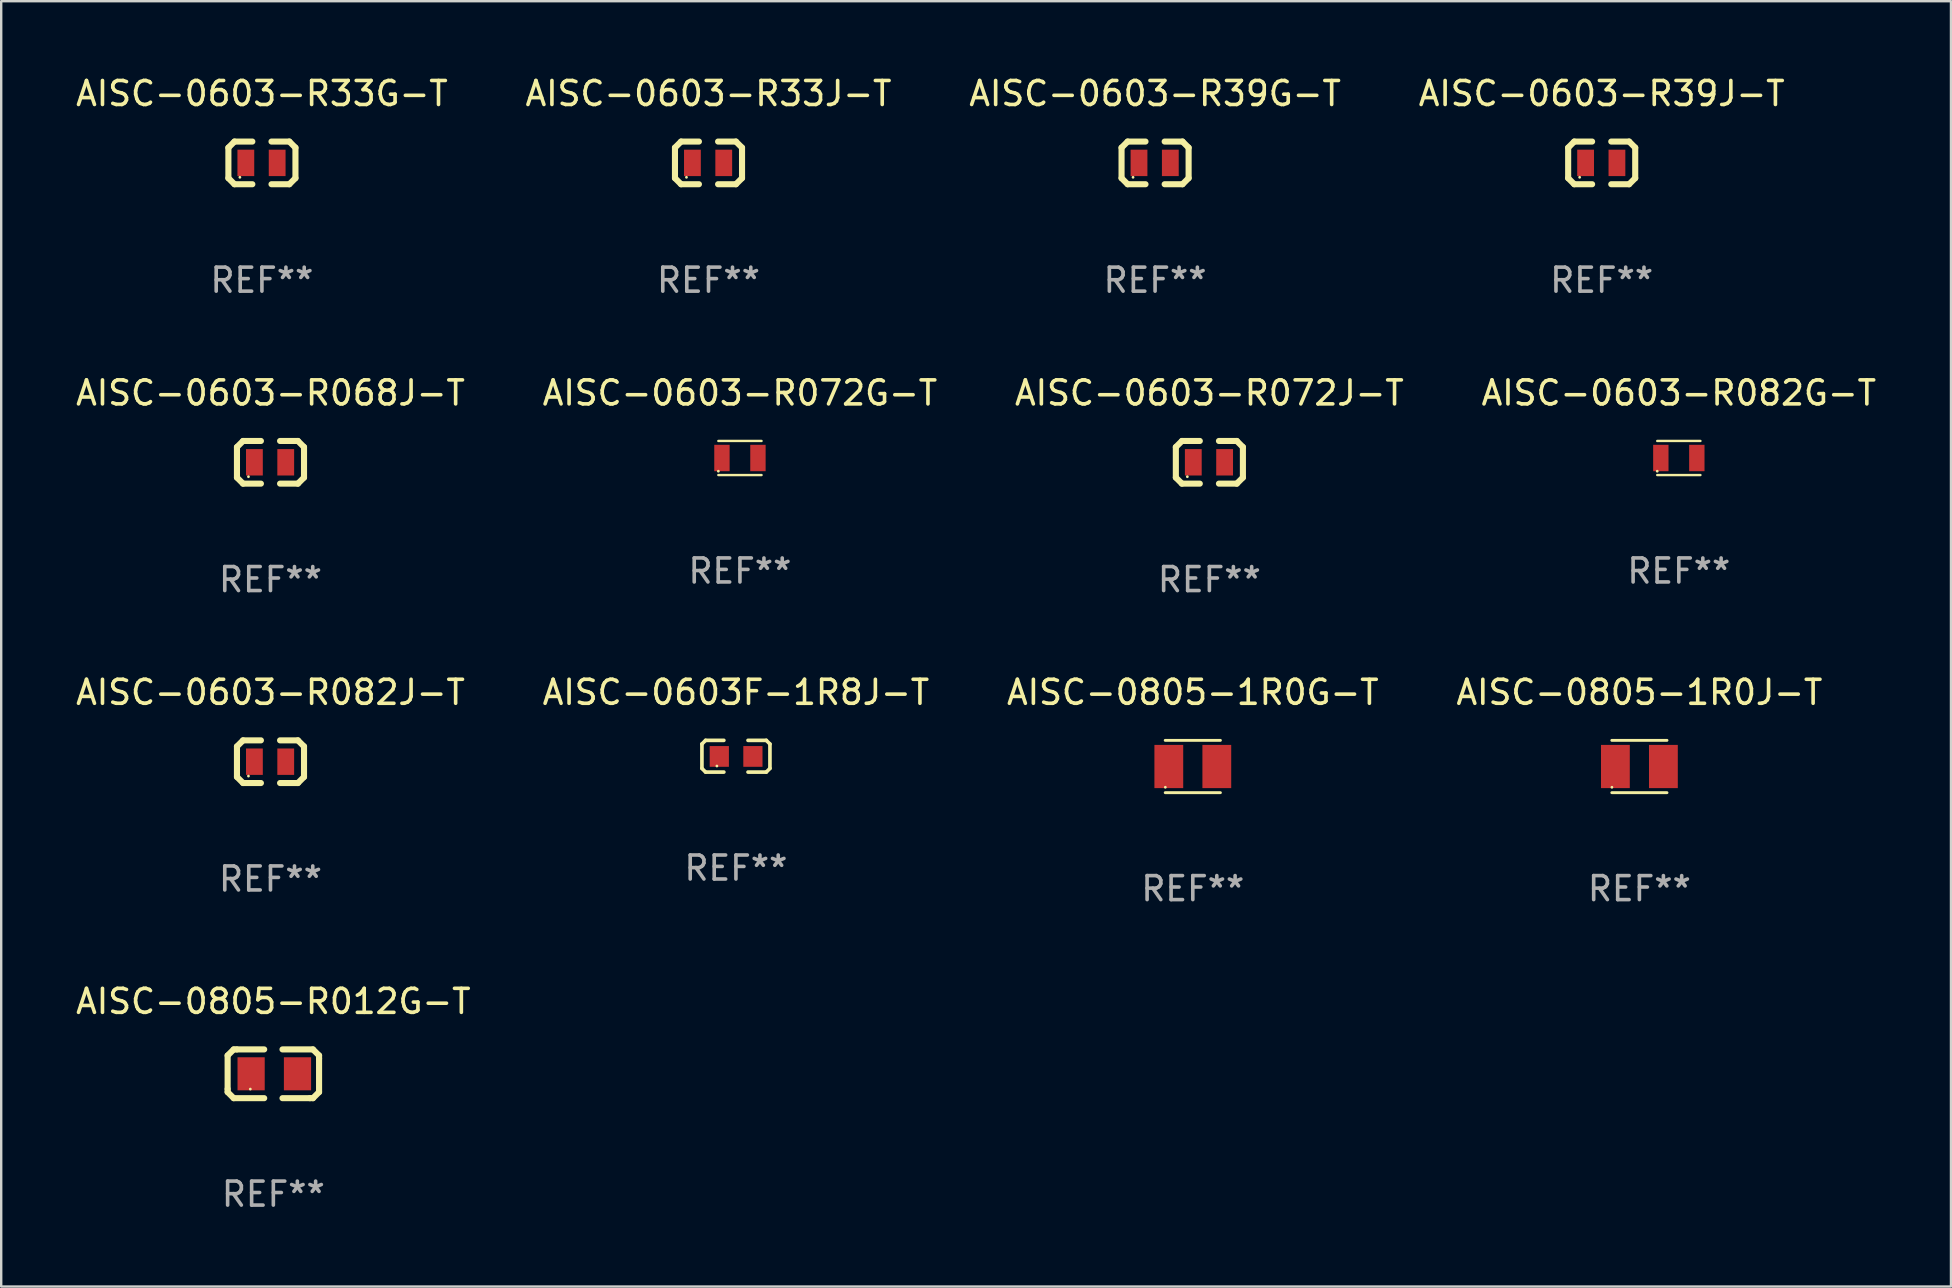
<source format=kicad_pcb>
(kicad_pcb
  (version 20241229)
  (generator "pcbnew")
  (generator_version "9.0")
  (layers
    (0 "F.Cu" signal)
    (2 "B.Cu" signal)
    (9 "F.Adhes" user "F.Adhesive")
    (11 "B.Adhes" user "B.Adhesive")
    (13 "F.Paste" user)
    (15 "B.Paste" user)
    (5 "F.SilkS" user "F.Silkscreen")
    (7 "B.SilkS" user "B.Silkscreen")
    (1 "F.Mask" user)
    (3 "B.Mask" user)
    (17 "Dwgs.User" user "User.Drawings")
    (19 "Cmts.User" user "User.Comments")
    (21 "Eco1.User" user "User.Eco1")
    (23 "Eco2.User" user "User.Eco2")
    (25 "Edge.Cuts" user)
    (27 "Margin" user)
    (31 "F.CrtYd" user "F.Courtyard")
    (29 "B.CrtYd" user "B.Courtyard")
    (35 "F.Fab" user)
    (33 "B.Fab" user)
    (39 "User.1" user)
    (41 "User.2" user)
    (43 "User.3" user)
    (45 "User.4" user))
  (footprint "AISC-0805-R012G-T"
    (layer "F.Cu")
    (at 8.339 41.69)
    (property "Reference" "AISC-0805-R012G-T" (at 0 -3.016 0) (layer "F.SilkS") (effects (font (size 1 1) (thickness 0.15))))
    (attr through_hole)
    (fp_line (start -1.905 -0.762) (end -1.905 0.635) (stroke (width 0.254) (type solid)) (layer "F.SilkS"))
    (fp_line (start -1.905 0.635) (end -1.905 0.762) (stroke (width 0.254) (type solid)) (layer "F.SilkS"))
    (fp_line (start -1.905 0.762) (end -1.651 1.016) (stroke (width 0.254) (type solid)) (layer "F.SilkS"))
    (fp_line (start -1.651 -1.016) (end -1.905 -0.762) (stroke (width 0.254) (type solid)) (layer "F.SilkS"))
    (fp_line (start -1.651 1.016) (end -0.381 1.016) (stroke (width 0.254) (type solid)) (layer "F.SilkS"))
    (fp_line (start -1.524 -1.016) (end -1.651 -1.016) (stroke (width 0.254) (type solid)) (layer "F.SilkS"))
    (fp_line (start -0.381 -1.016) (end -1.524 -1.016) (stroke (width 0.254) (type solid)) (layer "F.SilkS"))
    (fp_line (start 0.381 1.016) (end 1.524 1.016) (stroke (width 0.254) (type solid)) (layer "F.SilkS"))
    (fp_line (start 1.524 1.016) (end 1.651 1.016) (stroke (width 0.254) (type solid)) (layer "F.SilkS"))
    (fp_line (start 1.651 -1.016) (end 0.381 -1.016) (stroke (width 0.254) (type solid)) (layer "F.SilkS"))
    (fp_line (start 1.651 1.016) (end 1.905 0.762) (stroke (width 0.254) (type solid)) (layer "F.SilkS"))
    (fp_line (start 1.905 -0.762) (end 1.651 -1.016) (stroke (width 0.254) (type solid)) (layer "F.SilkS"))
    (fp_line (start 1.905 -0.635) (end 1.905 -0.762) (stroke (width 0.254) (type solid)) (layer "F.SilkS"))
    (fp_line (start 1.905 0.762) (end 1.905 -0.635) (stroke (width 0.254) (type solid)) (layer "F.SilkS"))
    (fp_circle (center -0.96 0.637) (end -0.93 0.637) (stroke (width 0.06) (type solid)) (fill no) (layer "F.SilkS"))
    (fp_text user "REF**" (at 0 5.016 0) (layer "F.Fab") (effects (font (size 1 1) (thickness 0.15))))
    (pad "1" smd rect (at -0.926 -0.000051) (size 1.133 1.377) (layers "F.Cu" "F.Mask" "F.Paste"))
    (pad "2" smd rect (at 1.006 -0.000051) (size 1.133 1.377) (layers "F.Cu" "F.Mask" "F.Paste")))
  (footprint "AISC-0603-R068J-T"
    (layer "F.Cu")
    (at 8.22 16.212)
    (property "Reference" "AISC-0603-R068J-T" (at 0 -2.889 0) (layer "F.SilkS") (effects (font (size 1 1) (thickness 0.15))))
    (attr through_hole)
    (fp_line (start -1.397 -0.635) (end -1.397 0.635) (stroke (width 0.254) (type solid)) (layer "F.SilkS"))
    (fp_line (start -1.397 0.635) (end -1.143 0.889) (stroke (width 0.254) (type solid)) (layer "F.SilkS"))
    (fp_line (start -1.143 -0.889) (end -1.397 -0.635) (stroke (width 0.254) (type solid)) (layer "F.SilkS"))
    (fp_line (start -1.143 -0.889) (end -0.399 -0.889) (stroke (width 0.254) (type solid)) (layer "F.SilkS"))
    (fp_line (start -1.143 0.889) (end -0.399 0.889) (stroke (width 0.254) (type solid)) (layer "F.SilkS"))
    (fp_line (start 1.143 -0.889) (end 0.399 -0.889) (stroke (width 0.254) (type solid)) (layer "F.SilkS"))
    (fp_line (start 1.143 0.889) (end 0.399 0.889) (stroke (width 0.254) (type solid)) (layer "F.SilkS"))
    (fp_line (start 1.143 0.889) (end 1.397 0.635) (stroke (width 0.254) (type solid)) (layer "F.SilkS"))
    (fp_line (start 1.397 -0.635) (end 1.143 -0.889) (stroke (width 0.254) (type solid)) (layer "F.SilkS"))
    (fp_line (start 1.397 0.635) (end 1.397 -0.635) (stroke (width 0.254) (type solid)) (layer "F.SilkS"))
    (fp_circle (center -0.918 0.6) (end -0.888 0.6) (stroke (width 0.06) (type solid)) (fill no) (layer "F.SilkS"))
    (fp_text user "REF**" (at 0 4.889 0) (layer "F.Fab") (effects (font (size 1 1) (thickness 0.15))))
    (pad "1" smd rect (at -0.67 0) (size 0.7 1.1) (layers "F.Cu" "F.Mask" "F.Paste"))
    (pad "2" smd rect (at 0.635 0) (size 0.7 1.1) (layers "F.Cu" "F.Mask" "F.Paste")))
  (footprint "AISC-0603F-1R8J-T"
    (layer "F.Cu")
    (at 27.613 28.458)
    (property "Reference" "AISC-0603F-1R8J-T" (at 0 -2.661 0) (layer "F.SilkS") (effects (font (size 1 1) (thickness 0.15))))
    (attr through_hole)
    (fp_line (start -1.417 -0.508) (end -1.265 -0.661) (stroke (width 0.152) (type solid)) (layer "F.SilkS"))
    (fp_line (start -1.417 0.508) (end -1.417 -0.508) (stroke (width 0.152) (type solid)) (layer "F.SilkS"))
    (fp_line (start -1.265 -0.661) (end -0.503 -0.661) (stroke (width 0.152) (type solid)) (layer "F.SilkS"))
    (fp_line (start -1.265 0.661) (end -1.417 0.508) (stroke (width 0.152) (type solid)) (layer "F.SilkS"))
    (fp_line (start -1.265 0.661) (end -0.503 0.661) (stroke (width 0.152) (type solid)) (layer "F.SilkS"))
    (fp_line (start 1.265 -0.661) (end 0.503 -0.661) (stroke (width 0.152) (type solid)) (layer "F.SilkS"))
    (fp_line (start 1.265 -0.661) (end 1.417 -0.508) (stroke (width 0.152) (type solid)) (layer "F.SilkS"))
    (fp_line (start 1.265 0.661) (end 0.503 0.661) (stroke (width 0.152) (type solid)) (layer "F.SilkS"))
    (fp_line (start 1.417 -0.508) (end 1.417 0.508) (stroke (width 0.152) (type solid)) (layer "F.SilkS"))
    (fp_line (start 1.417 0.508) (end 1.265 0.661) (stroke (width 0.152) (type solid)) (layer "F.SilkS"))
    (fp_circle (center -0.793 0.409) (end -0.763 0.409) (stroke (width 0.06) (type solid)) (fill no) (layer "F.SilkS"))
    (fp_text user "REF**" (at 0 4.661 0) (layer "F.Fab") (effects (font (size 1 1) (thickness 0.15))))
    (pad "1" smd rect (at -0.693 0.009 180) (size 0.8 0.864) (layers "F.Cu" "F.Mask" "F.Paste"))
    (pad "2" smd rect (at 0.707 0.009 180) (size 0.8 0.864) (layers "F.Cu" "F.Mask" "F.Paste")))
  (footprint "AISC-0603-R39J-T"
    (layer "F.Cu")
    (at 63.685 3.737)
    (property "Reference" "AISC-0603-R39J-T" (at 0 -2.889 0) (layer "F.SilkS") (effects (font (size 1 1) (thickness 0.15))))
    (attr through_hole)
    (fp_line (start -1.397 -0.635) (end -1.397 0.635) (stroke (width 0.254) (type solid)) (layer "F.SilkS"))
    (fp_line (start -1.397 0.635) (end -1.143 0.889) (stroke (width 0.254) (type solid)) (layer "F.SilkS"))
    (fp_line (start -1.143 -0.889) (end -1.397 -0.635) (stroke (width 0.254) (type solid)) (layer "F.SilkS"))
    (fp_line (start -1.143 -0.889) (end -0.399 -0.889) (stroke (width 0.254) (type solid)) (layer "F.SilkS"))
    (fp_line (start -1.143 0.889) (end -0.399 0.889) (stroke (width 0.254) (type solid)) (layer "F.SilkS"))
    (fp_line (start 1.143 -0.889) (end 0.399 -0.889) (stroke (width 0.254) (type solid)) (layer "F.SilkS"))
    (fp_line (start 1.143 0.889) (end 0.399 0.889) (stroke (width 0.254) (type solid)) (layer "F.SilkS"))
    (fp_line (start 1.143 0.889) (end 1.397 0.635) (stroke (width 0.254) (type solid)) (layer "F.SilkS"))
    (fp_line (start 1.397 -0.635) (end 1.143 -0.889) (stroke (width 0.254) (type solid)) (layer "F.SilkS"))
    (fp_line (start 1.397 0.635) (end 1.397 -0.635) (stroke (width 0.254) (type solid)) (layer "F.SilkS"))
    (fp_circle (center -0.918 0.6) (end -0.888 0.6) (stroke (width 0.06) (type solid)) (fill no) (layer "F.SilkS"))
    (fp_text user "REF**" (at 0 4.889 0) (layer "F.Fab") (effects (font (size 1 1) (thickness 0.15))))
    (pad "1" smd rect (at -0.67 0) (size 0.7 1.1) (layers "F.Cu" "F.Mask" "F.Paste"))
    (pad "2" smd rect (at 0.635 0) (size 0.7 1.1) (layers "F.Cu" "F.Mask" "F.Paste")))
  (footprint "AISC-0603-R33G-T"
    (layer "F.Cu")
    (at 7.863 3.737)
    (property "Reference" "AISC-0603-R33G-T" (at 0 -2.889 0) (layer "F.SilkS") (effects (font (size 1 1) (thickness 0.15))))
    (attr through_hole)
    (fp_line (start -1.397 -0.635) (end -1.397 0.635) (stroke (width 0.254) (type solid)) (layer "F.SilkS"))
    (fp_line (start -1.397 0.635) (end -1.143 0.889) (stroke (width 0.254) (type solid)) (layer "F.SilkS"))
    (fp_line (start -1.143 -0.889) (end -1.397 -0.635) (stroke (width 0.254) (type solid)) (layer "F.SilkS"))
    (fp_line (start -1.143 -0.889) (end -0.399 -0.889) (stroke (width 0.254) (type solid)) (layer "F.SilkS"))
    (fp_line (start -1.143 0.889) (end -0.399 0.889) (stroke (width 0.254) (type solid)) (layer "F.SilkS"))
    (fp_line (start 1.143 -0.889) (end 0.399 -0.889) (stroke (width 0.254) (type solid)) (layer "F.SilkS"))
    (fp_line (start 1.143 0.889) (end 0.399 0.889) (stroke (width 0.254) (type solid)) (layer "F.SilkS"))
    (fp_line (start 1.143 0.889) (end 1.397 0.635) (stroke (width 0.254) (type solid)) (layer "F.SilkS"))
    (fp_line (start 1.397 -0.635) (end 1.143 -0.889) (stroke (width 0.254) (type solid)) (layer "F.SilkS"))
    (fp_line (start 1.397 0.635) (end 1.397 -0.635) (stroke (width 0.254) (type solid)) (layer "F.SilkS"))
    (fp_circle (center -0.918 0.6) (end -0.888 0.6) (stroke (width 0.06) (type solid)) (fill no) (layer "F.SilkS"))
    (fp_text user "REF**" (at 0 4.889 0) (layer "F.Fab") (effects (font (size 1 1) (thickness 0.15))))
    (pad "1" smd rect (at -0.67 0) (size 0.7 1.1) (layers "F.Cu" "F.Mask" "F.Paste"))
    (pad "2" smd rect (at 0.635 0) (size 0.7 1.1) (layers "F.Cu" "F.Mask" "F.Paste")))
  (footprint "AISC-0805-1R0G-T"
    (layer "F.Cu")
    (at 46.649 28.887)
    (property "Reference" "AISC-0805-1R0G-T" (at 0 -3.09 0) (layer "F.SilkS") (effects (font (size 1 1) (thickness 0.15))))
    (attr through_hole)
    (fp_line (start -1.15 1.09) (end 1.15 1.09) (stroke (width 0.12) (type solid)) (layer "F.SilkS"))
    (fp_line (start 1.15 -1.09) (end -1.15 -1.09) (stroke (width 0.12) (type solid)) (layer "F.SilkS"))
    (fp_circle (center -1.145 0.865) (end -1.115 0.865) (stroke (width 0.06) (type solid)) (fill no) (layer "F.SilkS"))
    (fp_text user "REF**" (at 0 5.09 0) (layer "F.Fab") (effects (font (size 1 1) (thickness 0.15))))
    (pad "1" smd rect (at -1 0 90) (size 1.8 1.2) (layers "F.Cu" "F.Mask" "F.Paste"))
    (pad "2" smd rect (at 1 0 90) (size 1.8 1.2) (layers "F.Cu" "F.Mask" "F.Paste")))
  (footprint "AISC-0603-R082G-T"
    (layer "F.Cu")
    (at 66.899 16.033)
    (property "Reference" "AISC-0603-R082G-T" (at 0 -2.71 0) (layer "F.SilkS") (effects (font (size 1 1) (thickness 0.15))))
    (attr through_hole)
    (fp_line (start -0.9 -0.71) (end 0.9 -0.71) (stroke (width 0.1) (type solid)) (layer "F.SilkS"))
    (fp_line (start 0.9 0.71) (end -0.9 0.71) (stroke (width 0.1) (type solid)) (layer "F.SilkS"))
    (fp_circle (center -0.9 0.55) (end -0.87 0.55) (stroke (width 0.06) (type solid)) (fill no) (layer "F.SilkS"))
    (fp_text user "REF**" (at 0 4.71 0) (layer "F.Fab") (effects (font (size 1 1) (thickness 0.15))))
    (pad "1" smd rect (at -0.75 0) (size 0.64 1.1) (layers "F.Cu" "F.Mask" "F.Paste"))
    (pad "2" smd rect (at 0.75 0) (size 0.64 1.1) (layers "F.Cu" "F.Mask" "F.Paste")))
  (footprint "AISC-0603-R072G-T"
    (layer "F.Cu")
    (at 27.78 16.033)
    (property "Reference" "AISC-0603-R072G-T" (at 0 -2.71 0) (layer "F.SilkS") (effects (font (size 1 1) (thickness 0.15))))
    (attr through_hole)
    (fp_line (start -0.9 -0.71) (end 0.9 -0.71) (stroke (width 0.1) (type solid)) (layer "F.SilkS"))
    (fp_line (start 0.9 0.71) (end -0.9 0.71) (stroke (width 0.1) (type solid)) (layer "F.SilkS"))
    (fp_circle (center -0.9 0.55) (end -0.87 0.55) (stroke (width 0.06) (type solid)) (fill no) (layer "F.SilkS"))
    (fp_text user "REF**" (at 0 4.71 0) (layer "F.Fab") (effects (font (size 1 1) (thickness 0.15))))
    (pad "1" smd rect (at -0.75 0) (size 0.64 1.1) (layers "F.Cu" "F.Mask" "F.Paste"))
    (pad "2" smd rect (at 0.75 0) (size 0.64 1.1) (layers "F.Cu" "F.Mask" "F.Paste")))
  (footprint "AISC-0603-R39G-T"
    (layer "F.Cu")
    (at 45.077 3.737)
    (property "Reference" "AISC-0603-R39G-T" (at 0 -2.889 0) (layer "F.SilkS") (effects (font (size 1 1) (thickness 0.15))))
    (attr through_hole)
    (fp_line (start -1.397 -0.635) (end -1.397 0.635) (stroke (width 0.254) (type solid)) (layer "F.SilkS"))
    (fp_line (start -1.397 0.635) (end -1.143 0.889) (stroke (width 0.254) (type solid)) (layer "F.SilkS"))
    (fp_line (start -1.143 -0.889) (end -1.397 -0.635) (stroke (width 0.254) (type solid)) (layer "F.SilkS"))
    (fp_line (start -1.143 -0.889) (end -0.399 -0.889) (stroke (width 0.254) (type solid)) (layer "F.SilkS"))
    (fp_line (start -1.143 0.889) (end -0.399 0.889) (stroke (width 0.254) (type solid)) (layer "F.SilkS"))
    (fp_line (start 1.143 -0.889) (end 0.399 -0.889) (stroke (width 0.254) (type solid)) (layer "F.SilkS"))
    (fp_line (start 1.143 0.889) (end 0.399 0.889) (stroke (width 0.254) (type solid)) (layer "F.SilkS"))
    (fp_line (start 1.143 0.889) (end 1.397 0.635) (stroke (width 0.254) (type solid)) (layer "F.SilkS"))
    (fp_line (start 1.397 -0.635) (end 1.143 -0.889) (stroke (width 0.254) (type solid)) (layer "F.SilkS"))
    (fp_line (start 1.397 0.635) (end 1.397 -0.635) (stroke (width 0.254) (type solid)) (layer "F.SilkS"))
    (fp_circle (center -0.918 0.6) (end -0.888 0.6) (stroke (width 0.06) (type solid)) (fill no) (layer "F.SilkS"))
    (fp_text user "REF**" (at 0 4.889 0) (layer "F.Fab") (effects (font (size 1 1) (thickness 0.15))))
    (pad "1" smd rect (at -0.67 0) (size 0.7 1.1) (layers "F.Cu" "F.Mask" "F.Paste"))
    (pad "2" smd rect (at 0.635 0) (size 0.7 1.1) (layers "F.Cu" "F.Mask" "F.Paste")))
  (footprint "AISC-0603-R082J-T"
    (layer "F.Cu")
    (at 8.22 28.686)
    (property "Reference" "AISC-0603-R082J-T" (at 0 -2.889 0) (layer "F.SilkS") (effects (font (size 1 1) (thickness 0.15))))
    (attr through_hole)
    (fp_line (start -1.397 -0.635) (end -1.397 0.635) (stroke (width 0.254) (type solid)) (layer "F.SilkS"))
    (fp_line (start -1.397 0.635) (end -1.143 0.889) (stroke (width 0.254) (type solid)) (layer "F.SilkS"))
    (fp_line (start -1.143 -0.889) (end -1.397 -0.635) (stroke (width 0.254) (type solid)) (layer "F.SilkS"))
    (fp_line (start -1.143 -0.889) (end -0.399 -0.889) (stroke (width 0.254) (type solid)) (layer "F.SilkS"))
    (fp_line (start -1.143 0.889) (end -0.399 0.889) (stroke (width 0.254) (type solid)) (layer "F.SilkS"))
    (fp_line (start 1.143 -0.889) (end 0.399 -0.889) (stroke (width 0.254) (type solid)) (layer "F.SilkS"))
    (fp_line (start 1.143 0.889) (end 0.399 0.889) (stroke (width 0.254) (type solid)) (layer "F.SilkS"))
    (fp_line (start 1.143 0.889) (end 1.397 0.635) (stroke (width 0.254) (type solid)) (layer "F.SilkS"))
    (fp_line (start 1.397 -0.635) (end 1.143 -0.889) (stroke (width 0.254) (type solid)) (layer "F.SilkS"))
    (fp_line (start 1.397 0.635) (end 1.397 -0.635) (stroke (width 0.254) (type solid)) (layer "F.SilkS"))
    (fp_circle (center -0.918 0.6) (end -0.888 0.6) (stroke (width 0.06) (type solid)) (fill no) (layer "F.SilkS"))
    (fp_text user "REF**" (at 0 4.889 0) (layer "F.Fab") (effects (font (size 1 1) (thickness 0.15))))
    (pad "1" smd rect (at -0.67 0) (size 0.7 1.1) (layers "F.Cu" "F.Mask" "F.Paste"))
    (pad "2" smd rect (at 0.635 0) (size 0.7 1.1) (layers "F.Cu" "F.Mask" "F.Paste")))
  (footprint "AISC-0805-1R0J-T"
    (layer "F.Cu")
    (at 65.256 28.887)
    (property "Reference" "AISC-0805-1R0J-T" (at 0 -3.09 0) (layer "F.SilkS") (effects (font (size 1 1) (thickness 0.15))))
    (attr through_hole)
    (fp_line (start -1.15 1.09) (end 1.15 1.09) (stroke (width 0.12) (type solid)) (layer "F.SilkS"))
    (fp_line (start 1.15 -1.09) (end -1.15 -1.09) (stroke (width 0.12) (type solid)) (layer "F.SilkS"))
    (fp_circle (center -1.145 0.865) (end -1.115 0.865) (stroke (width 0.06) (type solid)) (fill no) (layer "F.SilkS"))
    (fp_text user "REF**" (at 0 5.09 0) (layer "F.Fab") (effects (font (size 1 1) (thickness 0.15))))
    (pad "1" smd rect (at -1 0 90) (size 1.8 1.2) (layers "F.Cu" "F.Mask" "F.Paste"))
    (pad "2" smd rect (at 1 0 90) (size 1.8 1.2) (layers "F.Cu" "F.Mask" "F.Paste")))
  (footprint "AISC-0603-R33J-T"
    (layer "F.Cu")
    (at 26.47 3.737)
    (property "Reference" "AISC-0603-R33J-T" (at 0 -2.889 0) (layer "F.SilkS") (effects (font (size 1 1) (thickness 0.15))))
    (attr through_hole)
    (fp_line (start -1.397 -0.635) (end -1.397 0.635) (stroke (width 0.254) (type solid)) (layer "F.SilkS"))
    (fp_line (start -1.397 0.635) (end -1.143 0.889) (stroke (width 0.254) (type solid)) (layer "F.SilkS"))
    (fp_line (start -1.143 -0.889) (end -1.397 -0.635) (stroke (width 0.254) (type solid)) (layer "F.SilkS"))
    (fp_line (start -1.143 -0.889) (end -0.399 -0.889) (stroke (width 0.254) (type solid)) (layer "F.SilkS"))
    (fp_line (start -1.143 0.889) (end -0.399 0.889) (stroke (width 0.254) (type solid)) (layer "F.SilkS"))
    (fp_line (start 1.143 -0.889) (end 0.399 -0.889) (stroke (width 0.254) (type solid)) (layer "F.SilkS"))
    (fp_line (start 1.143 0.889) (end 0.399 0.889) (stroke (width 0.254) (type solid)) (layer "F.SilkS"))
    (fp_line (start 1.143 0.889) (end 1.397 0.635) (stroke (width 0.254) (type solid)) (layer "F.SilkS"))
    (fp_line (start 1.397 -0.635) (end 1.143 -0.889) (stroke (width 0.254) (type solid)) (layer "F.SilkS"))
    (fp_line (start 1.397 0.635) (end 1.397 -0.635) (stroke (width 0.254) (type solid)) (layer "F.SilkS"))
    (fp_circle (center -0.918 0.6) (end -0.888 0.6) (stroke (width 0.06) (type solid)) (fill no) (layer "F.SilkS"))
    (fp_text user "REF**" (at 0 4.889 0) (layer "F.Fab") (effects (font (size 1 1) (thickness 0.15))))
    (pad "1" smd rect (at -0.67 0) (size 0.7 1.1) (layers "F.Cu" "F.Mask" "F.Paste"))
    (pad "2" smd rect (at 0.635 0) (size 0.7 1.1) (layers "F.Cu" "F.Mask" "F.Paste")))
  (footprint "AISC-0603-R072J-T"
    (layer "F.Cu")
    (at 47.339 16.212)
    (property "Reference" "AISC-0603-R072J-T" (at 0 -2.889 0) (layer "F.SilkS") (effects (font (size 1 1) (thickness 0.15))))
    (attr through_hole)
    (fp_line (start -1.397 -0.635) (end -1.397 0.635) (stroke (width 0.254) (type solid)) (layer "F.SilkS"))
    (fp_line (start -1.397 0.635) (end -1.143 0.889) (stroke (width 0.254) (type solid)) (layer "F.SilkS"))
    (fp_line (start -1.143 -0.889) (end -1.397 -0.635) (stroke (width 0.254) (type solid)) (layer "F.SilkS"))
    (fp_line (start -1.143 -0.889) (end -0.399 -0.889) (stroke (width 0.254) (type solid)) (layer "F.SilkS"))
    (fp_line (start -1.143 0.889) (end -0.399 0.889) (stroke (width 0.254) (type solid)) (layer "F.SilkS"))
    (fp_line (start 1.143 -0.889) (end 0.399 -0.889) (stroke (width 0.254) (type solid)) (layer "F.SilkS"))
    (fp_line (start 1.143 0.889) (end 0.399 0.889) (stroke (width 0.254) (type solid)) (layer "F.SilkS"))
    (fp_line (start 1.143 0.889) (end 1.397 0.635) (stroke (width 0.254) (type solid)) (layer "F.SilkS"))
    (fp_line (start 1.397 -0.635) (end 1.143 -0.889) (stroke (width 0.254) (type solid)) (layer "F.SilkS"))
    (fp_line (start 1.397 0.635) (end 1.397 -0.635) (stroke (width 0.254) (type solid)) (layer "F.SilkS"))
    (fp_circle (center -0.918 0.6) (end -0.888 0.6) (stroke (width 0.06) (type solid)) (fill no) (layer "F.SilkS"))
    (fp_text user "REF**" (at 0 4.889 0) (layer "F.Fab") (effects (font (size 1 1) (thickness 0.15))))
    (pad "1" smd rect (at -0.67 0) (size 0.7 1.1) (layers "F.Cu" "F.Mask" "F.Paste"))
    (pad "2" smd rect (at 0.635 0) (size 0.7 1.1) (layers "F.Cu" "F.Mask" "F.Paste")))
  (gr_rect
    (start -3 -3)
    (end 78.238 50.554)
    (stroke (width 0.1) (type default))
    (fill no)
    (layer "Edge.Cuts")))
</source>
